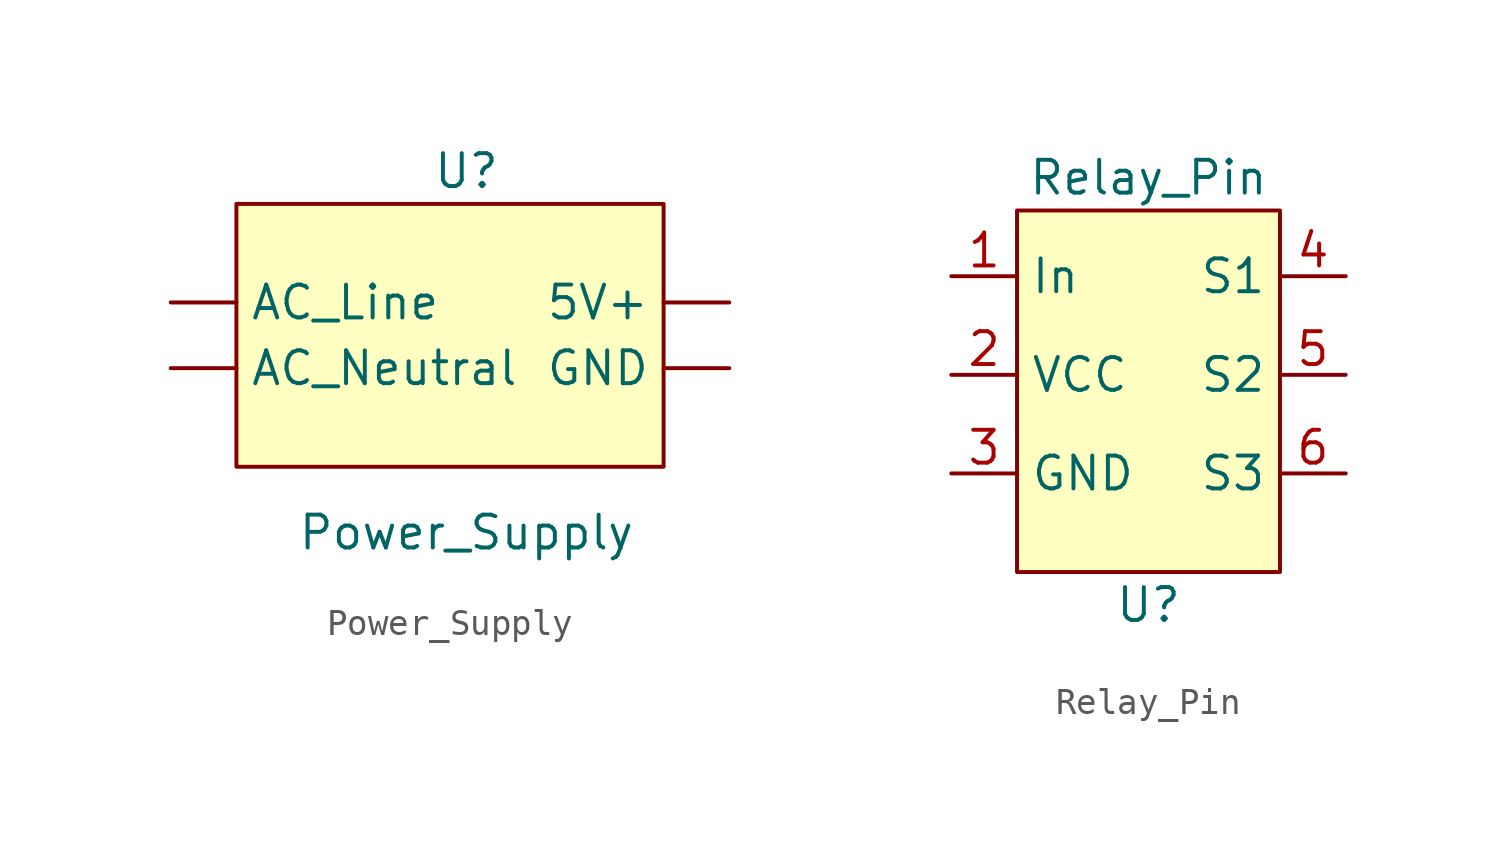
<source format=kicad_sym>
(kicad_symbol_lib
  (version 20211014)
  (generator kicad_symbol_editor)
  (symbol "Power_Supply"
    (property "Reference" "U"
      (at 0 6.35 0)
      (effects (font (size 1.27 1.27))))
    (property "Value" "Power_Supply"
      (at 0 -7.62 0)
      (effects (font (size 1.27 1.27))))
    (symbol "Power_Supply_0_1"
      (rectangle (start -8.89 5.08) (end 7.62 -5.08) (stroke (width 0) (type default) (color 0 0 0 0)) (fill (type background))))
    (symbol "Power_Supply_1_1"
      (pin output line (at 10.16 1.27 180) (length 2.54) (name "5V+" (effects (font (size 1.27 1.27)))) (number "" (effects (font (size 1.27 1.27)))))
      (pin input line (at -11.43 1.27 0) (length 2.54) (name "AC_Line" (effects (font (size 1.27 1.27)))) (number "" (effects (font (size 1.27 1.27)))))
      (pin input line (at -11.43 -1.27 0) (length 2.54) (name "AC_Neutral" (effects (font (size 1.27 1.27)))) (number "" (effects (font (size 1.27 1.27)))))
      (pin output line (at 10.16 -1.27 180) (length 2.54) (name "GND" (effects (font (size 1.27 1.27)))) (number "" (effects (font (size 1.27 1.27)))))))
  (symbol "Relay_Pin"
    (property "Reference" "U"
      (at 0 -8.89 0)
      (effects (font (size 1.27 1.27))))
    (property "Value" "Relay_Pin"
      (at 0 7.62 0)
      (effects (font (size 1.27 1.27))))
    (symbol "Relay_Pin_0_1"
      (rectangle (start 5.08 -7.62) (end -5.08 6.35) (stroke (width 0) (type default) (color 0 0 0 0)) (fill (type background))))
    (symbol "Relay_Pin_1_1"
      (pin input line (at -7.62 3.81 0) (length 2.54) (name "In" (effects (font (size 1.27 1.27)))) (number "1" (effects (font (size 1.27 1.27)))))
      (pin input line (at -7.62 0 0) (length 2.54) (name "VCC" (effects (font (size 1.27 1.27)))) (number "2" (effects (font (size 1.27 1.27)))))
      (pin input line (at -7.62 -3.81 0) (length 2.54) (name "GND" (effects (font (size 1.27 1.27)))) (number "3" (effects (font (size 1.27 1.27)))))
      (pin output line (at 7.62 3.81 180) (length 2.54) (name "S1" (effects (font (size 1.27 1.27)))) (number "4" (effects (font (size 1.27 1.27)))))
      (pin output line (at 7.62 0 180) (length 2.54) (name "S2" (effects (font (size 1.27 1.27)))) (number "5" (effects (font (size 1.27 1.27)))))
      (pin output line (at 7.62 -3.81 180) (length 2.54) (name "S3" (effects (font (size 1.27 1.27)))) (number "6" (effects (font (size 1.27 1.27))))))))
</source>
